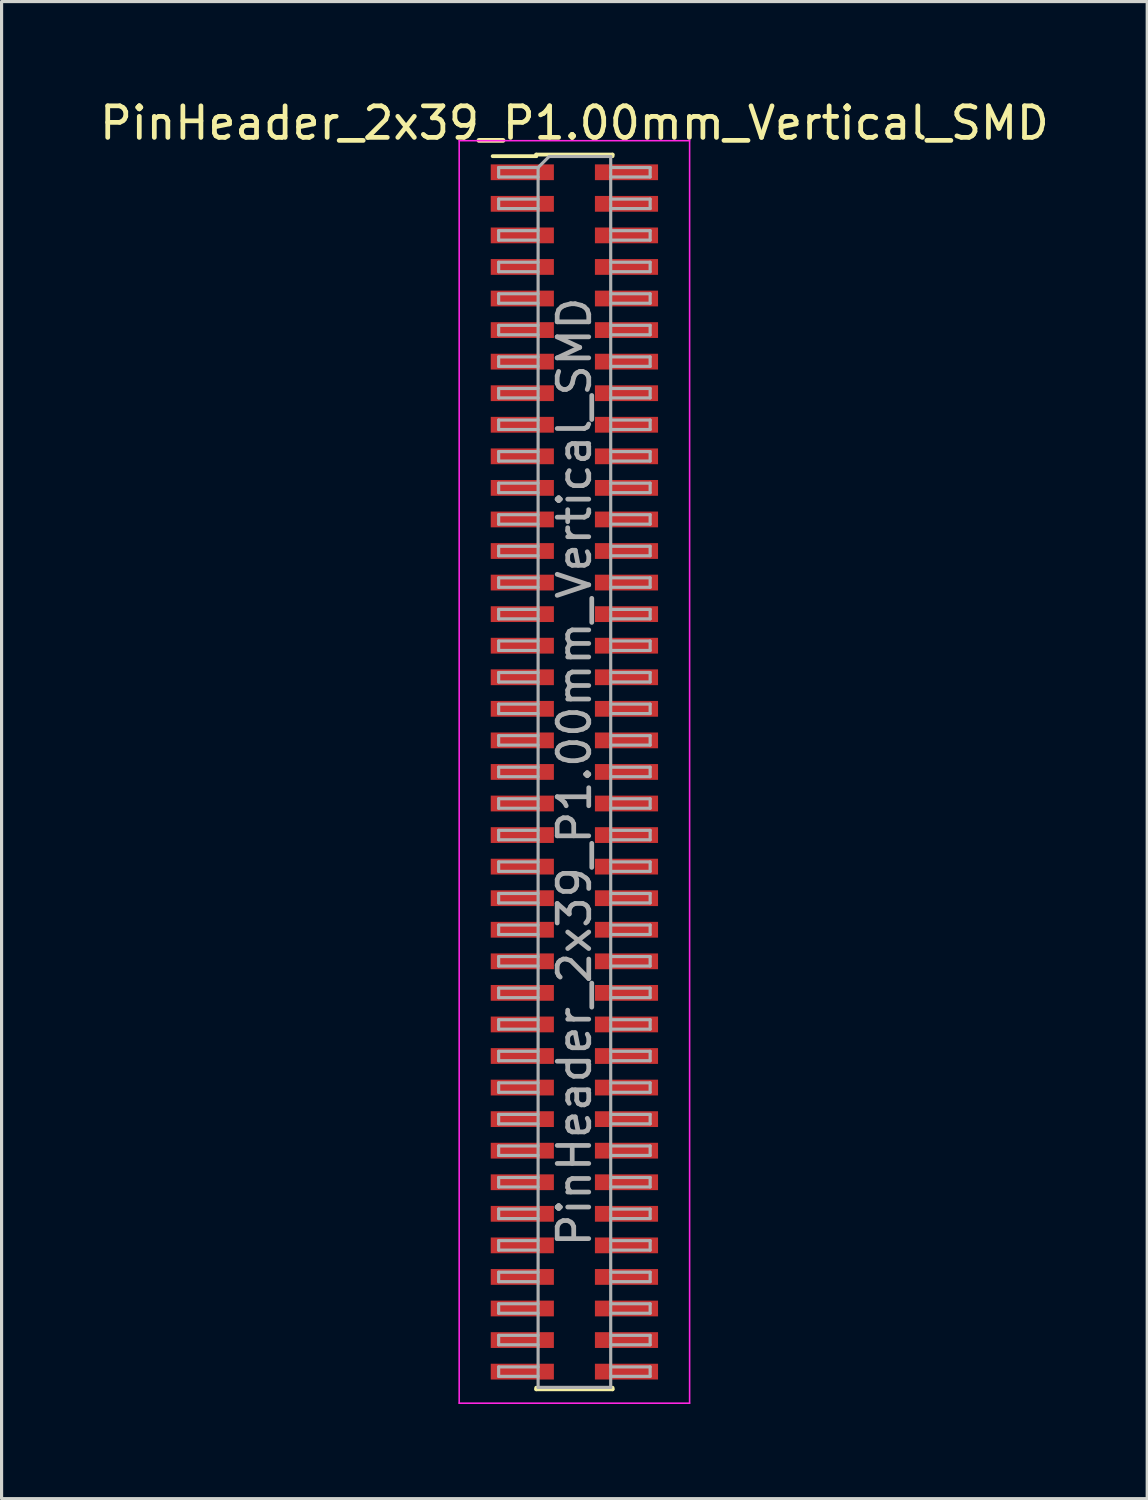
<source format=kicad_pcb>
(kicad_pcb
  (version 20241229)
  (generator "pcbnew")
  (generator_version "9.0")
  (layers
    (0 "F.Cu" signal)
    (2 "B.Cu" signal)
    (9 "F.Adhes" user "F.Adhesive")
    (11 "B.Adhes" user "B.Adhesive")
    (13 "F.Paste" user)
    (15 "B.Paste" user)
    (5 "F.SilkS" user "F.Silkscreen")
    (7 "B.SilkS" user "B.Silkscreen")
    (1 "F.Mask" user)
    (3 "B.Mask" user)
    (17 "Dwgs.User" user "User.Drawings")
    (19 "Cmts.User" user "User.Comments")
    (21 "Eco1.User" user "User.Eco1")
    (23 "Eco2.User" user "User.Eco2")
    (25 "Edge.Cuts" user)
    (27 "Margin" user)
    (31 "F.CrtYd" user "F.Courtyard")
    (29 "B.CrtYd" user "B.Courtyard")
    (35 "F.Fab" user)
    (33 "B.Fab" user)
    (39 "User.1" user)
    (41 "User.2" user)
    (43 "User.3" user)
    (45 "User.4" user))
  (footprint "PinHeader_2x39_P1.00mm_Vertical_SMD"
    (layer "F.Cu")
    (at 15.149 21.408)
    (property "Reference" "PinHeader_2x39_P1.00mm_Vertical_SMD" (at 0 -20.56 0) (layer "F.SilkS") (effects (font (size 1 1) (thickness 0.15))))
    (attr smd)
    (fp_line (start -2.59 -19.51) (end -1.21 -19.51) (stroke (width 0.12) (type solid)) (layer "F.SilkS"))
    (fp_line (start -1.21 -19.56) (end -1.21 -19.51) (stroke (width 0.12) (type solid)) (layer "F.SilkS"))
    (fp_line (start -1.21 -19.56) (end 1.21 -19.56) (stroke (width 0.12) (type solid)) (layer "F.SilkS"))
    (fp_line (start -1.21 19.51) (end -1.21 19.56) (stroke (width 0.12) (type solid)) (layer "F.SilkS"))
    (fp_line (start -1.21 19.56) (end 1.21 19.56) (stroke (width 0.12) (type solid)) (layer "F.SilkS"))
    (fp_line (start 1.21 -19.56) (end 1.21 -19.51) (stroke (width 0.12) (type solid)) (layer "F.SilkS"))
    (fp_line (start 1.21 19.51) (end 1.21 19.56) (stroke (width 0.12) (type solid)) (layer "F.SilkS"))
    (fp_line (start -3.65 -20) (end -3.65 20) (stroke (width 0.05) (type solid)) (layer "F.CrtYd"))
    (fp_line (start -3.65 20) (end 3.65 20) (stroke (width 0.05) (type solid)) (layer "F.CrtYd"))
    (fp_line (start 3.65 -20) (end -3.65 -20) (stroke (width 0.05) (type solid)) (layer "F.CrtYd"))
    (fp_line (start 3.65 20) (end 3.65 -20) (stroke (width 0.05) (type solid)) (layer "F.CrtYd"))
    (fp_line (start -2.4 -19.15) (end -2.4 -18.85) (stroke (width 0.1) (type solid)) (layer "F.Fab"))
    (fp_line (start -2.4 -18.85) (end -1.15 -18.85) (stroke (width 0.1) (type solid)) (layer "F.Fab"))
    (fp_line (start -2.4 -18.15) (end -2.4 -17.85) (stroke (width 0.1) (type solid)) (layer "F.Fab"))
    (fp_line (start -2.4 -17.85) (end -1.15 -17.85) (stroke (width 0.1) (type solid)) (layer "F.Fab"))
    (fp_line (start -2.4 -17.15) (end -2.4 -16.85) (stroke (width 0.1) (type solid)) (layer "F.Fab"))
    (fp_line (start -2.4 -16.85) (end -1.15 -16.85) (stroke (width 0.1) (type solid)) (layer "F.Fab"))
    (fp_line (start -2.4 -16.15) (end -2.4 -15.85) (stroke (width 0.1) (type solid)) (layer "F.Fab"))
    (fp_line (start -2.4 -15.85) (end -1.15 -15.85) (stroke (width 0.1) (type solid)) (layer "F.Fab"))
    (fp_line (start -2.4 -15.15) (end -2.4 -14.85) (stroke (width 0.1) (type solid)) (layer "F.Fab"))
    (fp_line (start -2.4 -14.85) (end -1.15 -14.85) (stroke (width 0.1) (type solid)) (layer "F.Fab"))
    (fp_line (start -2.4 -14.15) (end -2.4 -13.85) (stroke (width 0.1) (type solid)) (layer "F.Fab"))
    (fp_line (start -2.4 -13.85) (end -1.15 -13.85) (stroke (width 0.1) (type solid)) (layer "F.Fab"))
    (fp_line (start -2.4 -13.15) (end -2.4 -12.85) (stroke (width 0.1) (type solid)) (layer "F.Fab"))
    (fp_line (start -2.4 -12.85) (end -1.15 -12.85) (stroke (width 0.1) (type solid)) (layer "F.Fab"))
    (fp_line (start -2.4 -12.15) (end -2.4 -11.85) (stroke (width 0.1) (type solid)) (layer "F.Fab"))
    (fp_line (start -2.4 -11.85) (end -1.15 -11.85) (stroke (width 0.1) (type solid)) (layer "F.Fab"))
    (fp_line (start -2.4 -11.15) (end -2.4 -10.85) (stroke (width 0.1) (type solid)) (layer "F.Fab"))
    (fp_line (start -2.4 -10.85) (end -1.15 -10.85) (stroke (width 0.1) (type solid)) (layer "F.Fab"))
    (fp_line (start -2.4 -10.15) (end -2.4 -9.85) (stroke (width 0.1) (type solid)) (layer "F.Fab"))
    (fp_line (start -2.4 -9.85) (end -1.15 -9.85) (stroke (width 0.1) (type solid)) (layer "F.Fab"))
    (fp_line (start -2.4 -9.15) (end -2.4 -8.85) (stroke (width 0.1) (type solid)) (layer "F.Fab"))
    (fp_line (start -2.4 -8.85) (end -1.15 -8.85) (stroke (width 0.1) (type solid)) (layer "F.Fab"))
    (fp_line (start -2.4 -8.15) (end -2.4 -7.85) (stroke (width 0.1) (type solid)) (layer "F.Fab"))
    (fp_line (start -2.4 -7.85) (end -1.15 -7.85) (stroke (width 0.1) (type solid)) (layer "F.Fab"))
    (fp_line (start -2.4 -7.15) (end -2.4 -6.85) (stroke (width 0.1) (type solid)) (layer "F.Fab"))
    (fp_line (start -2.4 -6.85) (end -1.15 -6.85) (stroke (width 0.1) (type solid)) (layer "F.Fab"))
    (fp_line (start -2.4 -6.15) (end -2.4 -5.85) (stroke (width 0.1) (type solid)) (layer "F.Fab"))
    (fp_line (start -2.4 -5.85) (end -1.15 -5.85) (stroke (width 0.1) (type solid)) (layer "F.Fab"))
    (fp_line (start -2.4 -5.15) (end -2.4 -4.85) (stroke (width 0.1) (type solid)) (layer "F.Fab"))
    (fp_line (start -2.4 -4.85) (end -1.15 -4.85) (stroke (width 0.1) (type solid)) (layer "F.Fab"))
    (fp_line (start -2.4 -4.15) (end -2.4 -3.85) (stroke (width 0.1) (type solid)) (layer "F.Fab"))
    (fp_line (start -2.4 -3.85) (end -1.15 -3.85) (stroke (width 0.1) (type solid)) (layer "F.Fab"))
    (fp_line (start -2.4 -3.15) (end -2.4 -2.85) (stroke (width 0.1) (type solid)) (layer "F.Fab"))
    (fp_line (start -2.4 -2.85) (end -1.15 -2.85) (stroke (width 0.1) (type solid)) (layer "F.Fab"))
    (fp_line (start -2.4 -2.15) (end -2.4 -1.85) (stroke (width 0.1) (type solid)) (layer "F.Fab"))
    (fp_line (start -2.4 -1.85) (end -1.15 -1.85) (stroke (width 0.1) (type solid)) (layer "F.Fab"))
    (fp_line (start -2.4 -1.15) (end -2.4 -0.85) (stroke (width 0.1) (type solid)) (layer "F.Fab"))
    (fp_line (start -2.4 -0.85) (end -1.15 -0.85) (stroke (width 0.1) (type solid)) (layer "F.Fab"))
    (fp_line (start -2.4 -0.15) (end -2.4 0.15) (stroke (width 0.1) (type solid)) (layer "F.Fab"))
    (fp_line (start -2.4 0.15) (end -1.15 0.15) (stroke (width 0.1) (type solid)) (layer "F.Fab"))
    (fp_line (start -2.4 0.85) (end -2.4 1.15) (stroke (width 0.1) (type solid)) (layer "F.Fab"))
    (fp_line (start -2.4 1.15) (end -1.15 1.15) (stroke (width 0.1) (type solid)) (layer "F.Fab"))
    (fp_line (start -2.4 1.85) (end -2.4 2.15) (stroke (width 0.1) (type solid)) (layer "F.Fab"))
    (fp_line (start -2.4 2.15) (end -1.15 2.15) (stroke (width 0.1) (type solid)) (layer "F.Fab"))
    (fp_line (start -2.4 2.85) (end -2.4 3.15) (stroke (width 0.1) (type solid)) (layer "F.Fab"))
    (fp_line (start -2.4 3.15) (end -1.15 3.15) (stroke (width 0.1) (type solid)) (layer "F.Fab"))
    (fp_line (start -2.4 3.85) (end -2.4 4.15) (stroke (width 0.1) (type solid)) (layer "F.Fab"))
    (fp_line (start -2.4 4.15) (end -1.15 4.15) (stroke (width 0.1) (type solid)) (layer "F.Fab"))
    (fp_line (start -2.4 4.85) (end -2.4 5.15) (stroke (width 0.1) (type solid)) (layer "F.Fab"))
    (fp_line (start -2.4 5.15) (end -1.15 5.15) (stroke (width 0.1) (type solid)) (layer "F.Fab"))
    (fp_line (start -2.4 5.85) (end -2.4 6.15) (stroke (width 0.1) (type solid)) (layer "F.Fab"))
    (fp_line (start -2.4 6.15) (end -1.15 6.15) (stroke (width 0.1) (type solid)) (layer "F.Fab"))
    (fp_line (start -2.4 6.85) (end -2.4 7.15) (stroke (width 0.1) (type solid)) (layer "F.Fab"))
    (fp_line (start -2.4 7.15) (end -1.15 7.15) (stroke (width 0.1) (type solid)) (layer "F.Fab"))
    (fp_line (start -2.4 7.85) (end -2.4 8.15) (stroke (width 0.1) (type solid)) (layer "F.Fab"))
    (fp_line (start -2.4 8.15) (end -1.15 8.15) (stroke (width 0.1) (type solid)) (layer "F.Fab"))
    (fp_line (start -2.4 8.85) (end -2.4 9.15) (stroke (width 0.1) (type solid)) (layer "F.Fab"))
    (fp_line (start -2.4 9.15) (end -1.15 9.15) (stroke (width 0.1) (type solid)) (layer "F.Fab"))
    (fp_line (start -2.4 9.85) (end -2.4 10.15) (stroke (width 0.1) (type solid)) (layer "F.Fab"))
    (fp_line (start -2.4 10.15) (end -1.15 10.15) (stroke (width 0.1) (type solid)) (layer "F.Fab"))
    (fp_line (start -2.4 10.85) (end -2.4 11.15) (stroke (width 0.1) (type solid)) (layer "F.Fab"))
    (fp_line (start -2.4 11.15) (end -1.15 11.15) (stroke (width 0.1) (type solid)) (layer "F.Fab"))
    (fp_line (start -2.4 11.85) (end -2.4 12.15) (stroke (width 0.1) (type solid)) (layer "F.Fab"))
    (fp_line (start -2.4 12.15) (end -1.15 12.15) (stroke (width 0.1) (type solid)) (layer "F.Fab"))
    (fp_line (start -2.4 12.85) (end -2.4 13.15) (stroke (width 0.1) (type solid)) (layer "F.Fab"))
    (fp_line (start -2.4 13.15) (end -1.15 13.15) (stroke (width 0.1) (type solid)) (layer "F.Fab"))
    (fp_line (start -2.4 13.85) (end -2.4 14.15) (stroke (width 0.1) (type solid)) (layer "F.Fab"))
    (fp_line (start -2.4 14.15) (end -1.15 14.15) (stroke (width 0.1) (type solid)) (layer "F.Fab"))
    (fp_line (start -2.4 14.85) (end -2.4 15.15) (stroke (width 0.1) (type solid)) (layer "F.Fab"))
    (fp_line (start -2.4 15.15) (end -1.15 15.15) (stroke (width 0.1) (type solid)) (layer "F.Fab"))
    (fp_line (start -2.4 15.85) (end -2.4 16.15) (stroke (width 0.1) (type solid)) (layer "F.Fab"))
    (fp_line (start -2.4 16.15) (end -1.15 16.15) (stroke (width 0.1) (type solid)) (layer "F.Fab"))
    (fp_line (start -2.4 16.85) (end -2.4 17.15) (stroke (width 0.1) (type solid)) (layer "F.Fab"))
    (fp_line (start -2.4 17.15) (end -1.15 17.15) (stroke (width 0.1) (type solid)) (layer "F.Fab"))
    (fp_line (start -2.4 17.85) (end -2.4 18.15) (stroke (width 0.1) (type solid)) (layer "F.Fab"))
    (fp_line (start -2.4 18.15) (end -1.15 18.15) (stroke (width 0.1) (type solid)) (layer "F.Fab"))
    (fp_line (start -2.4 18.85) (end -2.4 19.15) (stroke (width 0.1) (type solid)) (layer "F.Fab"))
    (fp_line (start -2.4 19.15) (end -1.15 19.15) (stroke (width 0.1) (type solid)) (layer "F.Fab"))
    (fp_line (start -1.15 -19.15) (end -2.4 -19.15) (stroke (width 0.1) (type solid)) (layer "F.Fab"))
    (fp_line (start -1.15 -19.15) (end -0.8 -19.5) (stroke (width 0.1) (type solid)) (layer "F.Fab"))
    (fp_line (start -1.15 -18.15) (end -2.4 -18.15) (stroke (width 0.1) (type solid)) (layer "F.Fab"))
    (fp_line (start -1.15 -17.15) (end -2.4 -17.15) (stroke (width 0.1) (type solid)) (layer "F.Fab"))
    (fp_line (start -1.15 -16.15) (end -2.4 -16.15) (stroke (width 0.1) (type solid)) (layer "F.Fab"))
    (fp_line (start -1.15 -15.15) (end -2.4 -15.15) (stroke (width 0.1) (type solid)) (layer "F.Fab"))
    (fp_line (start -1.15 -14.15) (end -2.4 -14.15) (stroke (width 0.1) (type solid)) (layer "F.Fab"))
    (fp_line (start -1.15 -13.15) (end -2.4 -13.15) (stroke (width 0.1) (type solid)) (layer "F.Fab"))
    (fp_line (start -1.15 -12.15) (end -2.4 -12.15) (stroke (width 0.1) (type solid)) (layer "F.Fab"))
    (fp_line (start -1.15 -11.15) (end -2.4 -11.15) (stroke (width 0.1) (type solid)) (layer "F.Fab"))
    (fp_line (start -1.15 -10.15) (end -2.4 -10.15) (stroke (width 0.1) (type solid)) (layer "F.Fab"))
    (fp_line (start -1.15 -9.15) (end -2.4 -9.15) (stroke (width 0.1) (type solid)) (layer "F.Fab"))
    (fp_line (start -1.15 -8.15) (end -2.4 -8.15) (stroke (width 0.1) (type solid)) (layer "F.Fab"))
    (fp_line (start -1.15 -7.15) (end -2.4 -7.15) (stroke (width 0.1) (type solid)) (layer "F.Fab"))
    (fp_line (start -1.15 -6.15) (end -2.4 -6.15) (stroke (width 0.1) (type solid)) (layer "F.Fab"))
    (fp_line (start -1.15 -5.15) (end -2.4 -5.15) (stroke (width 0.1) (type solid)) (layer "F.Fab"))
    (fp_line (start -1.15 -4.15) (end -2.4 -4.15) (stroke (width 0.1) (type solid)) (layer "F.Fab"))
    (fp_line (start -1.15 -3.15) (end -2.4 -3.15) (stroke (width 0.1) (type solid)) (layer "F.Fab"))
    (fp_line (start -1.15 -2.15) (end -2.4 -2.15) (stroke (width 0.1) (type solid)) (layer "F.Fab"))
    (fp_line (start -1.15 -1.15) (end -2.4 -1.15) (stroke (width 0.1) (type solid)) (layer "F.Fab"))
    (fp_line (start -1.15 -0.15) (end -2.4 -0.15) (stroke (width 0.1) (type solid)) (layer "F.Fab"))
    (fp_line (start -1.15 0.85) (end -2.4 0.85) (stroke (width 0.1) (type solid)) (layer "F.Fab"))
    (fp_line (start -1.15 1.85) (end -2.4 1.85) (stroke (width 0.1) (type solid)) (layer "F.Fab"))
    (fp_line (start -1.15 2.85) (end -2.4 2.85) (stroke (width 0.1) (type solid)) (layer "F.Fab"))
    (fp_line (start -1.15 3.85) (end -2.4 3.85) (stroke (width 0.1) (type solid)) (layer "F.Fab"))
    (fp_line (start -1.15 4.85) (end -2.4 4.85) (stroke (width 0.1) (type solid)) (layer "F.Fab"))
    (fp_line (start -1.15 5.85) (end -2.4 5.85) (stroke (width 0.1) (type solid)) (layer "F.Fab"))
    (fp_line (start -1.15 6.85) (end -2.4 6.85) (stroke (width 0.1) (type solid)) (layer "F.Fab"))
    (fp_line (start -1.15 7.85) (end -2.4 7.85) (stroke (width 0.1) (type solid)) (layer "F.Fab"))
    (fp_line (start -1.15 8.85) (end -2.4 8.85) (stroke (width 0.1) (type solid)) (layer "F.Fab"))
    (fp_line (start -1.15 9.85) (end -2.4 9.85) (stroke (width 0.1) (type solid)) (layer "F.Fab"))
    (fp_line (start -1.15 10.85) (end -2.4 10.85) (stroke (width 0.1) (type solid)) (layer "F.Fab"))
    (fp_line (start -1.15 11.85) (end -2.4 11.85) (stroke (width 0.1) (type solid)) (layer "F.Fab"))
    (fp_line (start -1.15 12.85) (end -2.4 12.85) (stroke (width 0.1) (type solid)) (layer "F.Fab"))
    (fp_line (start -1.15 13.85) (end -2.4 13.85) (stroke (width 0.1) (type solid)) (layer "F.Fab"))
    (fp_line (start -1.15 14.85) (end -2.4 14.85) (stroke (width 0.1) (type solid)) (layer "F.Fab"))
    (fp_line (start -1.15 15.85) (end -2.4 15.85) (stroke (width 0.1) (type solid)) (layer "F.Fab"))
    (fp_line (start -1.15 16.85) (end -2.4 16.85) (stroke (width 0.1) (type solid)) (layer "F.Fab"))
    (fp_line (start -1.15 17.85) (end -2.4 17.85) (stroke (width 0.1) (type solid)) (layer "F.Fab"))
    (fp_line (start -1.15 18.85) (end -2.4 18.85) (stroke (width 0.1) (type solid)) (layer "F.Fab"))
    (fp_line (start -1.15 19.5) (end -1.15 -19.15) (stroke (width 0.1) (type solid)) (layer "F.Fab"))
    (fp_line (start -0.8 -19.5) (end 1.15 -19.5) (stroke (width 0.1) (type solid)) (layer "F.Fab"))
    (fp_line (start 1.15 -19.5) (end 1.15 19.5) (stroke (width 0.1) (type solid)) (layer "F.Fab"))
    (fp_line (start 1.15 -19.15) (end 2.4 -19.15) (stroke (width 0.1) (type solid)) (layer "F.Fab"))
    (fp_line (start 1.15 -18.15) (end 2.4 -18.15) (stroke (width 0.1) (type solid)) (layer "F.Fab"))
    (fp_line (start 1.15 -17.15) (end 2.4 -17.15) (stroke (width 0.1) (type solid)) (layer "F.Fab"))
    (fp_line (start 1.15 -16.15) (end 2.4 -16.15) (stroke (width 0.1) (type solid)) (layer "F.Fab"))
    (fp_line (start 1.15 -15.15) (end 2.4 -15.15) (stroke (width 0.1) (type solid)) (layer "F.Fab"))
    (fp_line (start 1.15 -14.15) (end 2.4 -14.15) (stroke (width 0.1) (type solid)) (layer "F.Fab"))
    (fp_line (start 1.15 -13.15) (end 2.4 -13.15) (stroke (width 0.1) (type solid)) (layer "F.Fab"))
    (fp_line (start 1.15 -12.15) (end 2.4 -12.15) (stroke (width 0.1) (type solid)) (layer "F.Fab"))
    (fp_line (start 1.15 -11.15) (end 2.4 -11.15) (stroke (width 0.1) (type solid)) (layer "F.Fab"))
    (fp_line (start 1.15 -10.15) (end 2.4 -10.15) (stroke (width 0.1) (type solid)) (layer "F.Fab"))
    (fp_line (start 1.15 -9.15) (end 2.4 -9.15) (stroke (width 0.1) (type solid)) (layer "F.Fab"))
    (fp_line (start 1.15 -8.15) (end 2.4 -8.15) (stroke (width 0.1) (type solid)) (layer "F.Fab"))
    (fp_line (start 1.15 -7.15) (end 2.4 -7.15) (stroke (width 0.1) (type solid)) (layer "F.Fab"))
    (fp_line (start 1.15 -6.15) (end 2.4 -6.15) (stroke (width 0.1) (type solid)) (layer "F.Fab"))
    (fp_line (start 1.15 -5.15) (end 2.4 -5.15) (stroke (width 0.1) (type solid)) (layer "F.Fab"))
    (fp_line (start 1.15 -4.15) (end 2.4 -4.15) (stroke (width 0.1) (type solid)) (layer "F.Fab"))
    (fp_line (start 1.15 -3.15) (end 2.4 -3.15) (stroke (width 0.1) (type solid)) (layer "F.Fab"))
    (fp_line (start 1.15 -2.15) (end 2.4 -2.15) (stroke (width 0.1) (type solid)) (layer "F.Fab"))
    (fp_line (start 1.15 -1.15) (end 2.4 -1.15) (stroke (width 0.1) (type solid)) (layer "F.Fab"))
    (fp_line (start 1.15 -0.15) (end 2.4 -0.15) (stroke (width 0.1) (type solid)) (layer "F.Fab"))
    (fp_line (start 1.15 0.85) (end 2.4 0.85) (stroke (width 0.1) (type solid)) (layer "F.Fab"))
    (fp_line (start 1.15 1.85) (end 2.4 1.85) (stroke (width 0.1) (type solid)) (layer "F.Fab"))
    (fp_line (start 1.15 2.85) (end 2.4 2.85) (stroke (width 0.1) (type solid)) (layer "F.Fab"))
    (fp_line (start 1.15 3.85) (end 2.4 3.85) (stroke (width 0.1) (type solid)) (layer "F.Fab"))
    (fp_line (start 1.15 4.85) (end 2.4 4.85) (stroke (width 0.1) (type solid)) (layer "F.Fab"))
    (fp_line (start 1.15 5.85) (end 2.4 5.85) (stroke (width 0.1) (type solid)) (layer "F.Fab"))
    (fp_line (start 1.15 6.85) (end 2.4 6.85) (stroke (width 0.1) (type solid)) (layer "F.Fab"))
    (fp_line (start 1.15 7.85) (end 2.4 7.85) (stroke (width 0.1) (type solid)) (layer "F.Fab"))
    (fp_line (start 1.15 8.85) (end 2.4 8.85) (stroke (width 0.1) (type solid)) (layer "F.Fab"))
    (fp_line (start 1.15 9.85) (end 2.4 9.85) (stroke (width 0.1) (type solid)) (layer "F.Fab"))
    (fp_line (start 1.15 10.85) (end 2.4 10.85) (stroke (width 0.1) (type solid)) (layer "F.Fab"))
    (fp_line (start 1.15 11.85) (end 2.4 11.85) (stroke (width 0.1) (type solid)) (layer "F.Fab"))
    (fp_line (start 1.15 12.85) (end 2.4 12.85) (stroke (width 0.1) (type solid)) (layer "F.Fab"))
    (fp_line (start 1.15 13.85) (end 2.4 13.85) (stroke (width 0.1) (type solid)) (layer "F.Fab"))
    (fp_line (start 1.15 14.85) (end 2.4 14.85) (stroke (width 0.1) (type solid)) (layer "F.Fab"))
    (fp_line (start 1.15 15.85) (end 2.4 15.85) (stroke (width 0.1) (type solid)) (layer "F.Fab"))
    (fp_line (start 1.15 16.85) (end 2.4 16.85) (stroke (width 0.1) (type solid)) (layer "F.Fab"))
    (fp_line (start 1.15 17.85) (end 2.4 17.85) (stroke (width 0.1) (type solid)) (layer "F.Fab"))
    (fp_line (start 1.15 18.85) (end 2.4 18.85) (stroke (width 0.1) (type solid)) (layer "F.Fab"))
    (fp_line (start 1.15 19.5) (end -1.15 19.5) (stroke (width 0.1) (type solid)) (layer "F.Fab"))
    (fp_line (start 2.4 -19.15) (end 2.4 -18.85) (stroke (width 0.1) (type solid)) (layer "F.Fab"))
    (fp_line (start 2.4 -18.85) (end 1.15 -18.85) (stroke (width 0.1) (type solid)) (layer "F.Fab"))
    (fp_line (start 2.4 -18.15) (end 2.4 -17.85) (stroke (width 0.1) (type solid)) (layer "F.Fab"))
    (fp_line (start 2.4 -17.85) (end 1.15 -17.85) (stroke (width 0.1) (type solid)) (layer "F.Fab"))
    (fp_line (start 2.4 -17.15) (end 2.4 -16.85) (stroke (width 0.1) (type solid)) (layer "F.Fab"))
    (fp_line (start 2.4 -16.85) (end 1.15 -16.85) (stroke (width 0.1) (type solid)) (layer "F.Fab"))
    (fp_line (start 2.4 -16.15) (end 2.4 -15.85) (stroke (width 0.1) (type solid)) (layer "F.Fab"))
    (fp_line (start 2.4 -15.85) (end 1.15 -15.85) (stroke (width 0.1) (type solid)) (layer "F.Fab"))
    (fp_line (start 2.4 -15.15) (end 2.4 -14.85) (stroke (width 0.1) (type solid)) (layer "F.Fab"))
    (fp_line (start 2.4 -14.85) (end 1.15 -14.85) (stroke (width 0.1) (type solid)) (layer "F.Fab"))
    (fp_line (start 2.4 -14.15) (end 2.4 -13.85) (stroke (width 0.1) (type solid)) (layer "F.Fab"))
    (fp_line (start 2.4 -13.85) (end 1.15 -13.85) (stroke (width 0.1) (type solid)) (layer "F.Fab"))
    (fp_line (start 2.4 -13.15) (end 2.4 -12.85) (stroke (width 0.1) (type solid)) (layer "F.Fab"))
    (fp_line (start 2.4 -12.85) (end 1.15 -12.85) (stroke (width 0.1) (type solid)) (layer "F.Fab"))
    (fp_line (start 2.4 -12.15) (end 2.4 -11.85) (stroke (width 0.1) (type solid)) (layer "F.Fab"))
    (fp_line (start 2.4 -11.85) (end 1.15 -11.85) (stroke (width 0.1) (type solid)) (layer "F.Fab"))
    (fp_line (start 2.4 -11.15) (end 2.4 -10.85) (stroke (width 0.1) (type solid)) (layer "F.Fab"))
    (fp_line (start 2.4 -10.85) (end 1.15 -10.85) (stroke (width 0.1) (type solid)) (layer "F.Fab"))
    (fp_line (start 2.4 -10.15) (end 2.4 -9.85) (stroke (width 0.1) (type solid)) (layer "F.Fab"))
    (fp_line (start 2.4 -9.85) (end 1.15 -9.85) (stroke (width 0.1) (type solid)) (layer "F.Fab"))
    (fp_line (start 2.4 -9.15) (end 2.4 -8.85) (stroke (width 0.1) (type solid)) (layer "F.Fab"))
    (fp_line (start 2.4 -8.85) (end 1.15 -8.85) (stroke (width 0.1) (type solid)) (layer "F.Fab"))
    (fp_line (start 2.4 -8.15) (end 2.4 -7.85) (stroke (width 0.1) (type solid)) (layer "F.Fab"))
    (fp_line (start 2.4 -7.85) (end 1.15 -7.85) (stroke (width 0.1) (type solid)) (layer "F.Fab"))
    (fp_line (start 2.4 -7.15) (end 2.4 -6.85) (stroke (width 0.1) (type solid)) (layer "F.Fab"))
    (fp_line (start 2.4 -6.85) (end 1.15 -6.85) (stroke (width 0.1) (type solid)) (layer "F.Fab"))
    (fp_line (start 2.4 -6.15) (end 2.4 -5.85) (stroke (width 0.1) (type solid)) (layer "F.Fab"))
    (fp_line (start 2.4 -5.85) (end 1.15 -5.85) (stroke (width 0.1) (type solid)) (layer "F.Fab"))
    (fp_line (start 2.4 -5.15) (end 2.4 -4.85) (stroke (width 0.1) (type solid)) (layer "F.Fab"))
    (fp_line (start 2.4 -4.85) (end 1.15 -4.85) (stroke (width 0.1) (type solid)) (layer "F.Fab"))
    (fp_line (start 2.4 -4.15) (end 2.4 -3.85) (stroke (width 0.1) (type solid)) (layer "F.Fab"))
    (fp_line (start 2.4 -3.85) (end 1.15 -3.85) (stroke (width 0.1) (type solid)) (layer "F.Fab"))
    (fp_line (start 2.4 -3.15) (end 2.4 -2.85) (stroke (width 0.1) (type solid)) (layer "F.Fab"))
    (fp_line (start 2.4 -2.85) (end 1.15 -2.85) (stroke (width 0.1) (type solid)) (layer "F.Fab"))
    (fp_line (start 2.4 -2.15) (end 2.4 -1.85) (stroke (width 0.1) (type solid)) (layer "F.Fab"))
    (fp_line (start 2.4 -1.85) (end 1.15 -1.85) (stroke (width 0.1) (type solid)) (layer "F.Fab"))
    (fp_line (start 2.4 -1.15) (end 2.4 -0.85) (stroke (width 0.1) (type solid)) (layer "F.Fab"))
    (fp_line (start 2.4 -0.85) (end 1.15 -0.85) (stroke (width 0.1) (type solid)) (layer "F.Fab"))
    (fp_line (start 2.4 -0.15) (end 2.4 0.15) (stroke (width 0.1) (type solid)) (layer "F.Fab"))
    (fp_line (start 2.4 0.15) (end 1.15 0.15) (stroke (width 0.1) (type solid)) (layer "F.Fab"))
    (fp_line (start 2.4 0.85) (end 2.4 1.15) (stroke (width 0.1) (type solid)) (layer "F.Fab"))
    (fp_line (start 2.4 1.15) (end 1.15 1.15) (stroke (width 0.1) (type solid)) (layer "F.Fab"))
    (fp_line (start 2.4 1.85) (end 2.4 2.15) (stroke (width 0.1) (type solid)) (layer "F.Fab"))
    (fp_line (start 2.4 2.15) (end 1.15 2.15) (stroke (width 0.1) (type solid)) (layer "F.Fab"))
    (fp_line (start 2.4 2.85) (end 2.4 3.15) (stroke (width 0.1) (type solid)) (layer "F.Fab"))
    (fp_line (start 2.4 3.15) (end 1.15 3.15) (stroke (width 0.1) (type solid)) (layer "F.Fab"))
    (fp_line (start 2.4 3.85) (end 2.4 4.15) (stroke (width 0.1) (type solid)) (layer "F.Fab"))
    (fp_line (start 2.4 4.15) (end 1.15 4.15) (stroke (width 0.1) (type solid)) (layer "F.Fab"))
    (fp_line (start 2.4 4.85) (end 2.4 5.15) (stroke (width 0.1) (type solid)) (layer "F.Fab"))
    (fp_line (start 2.4 5.15) (end 1.15 5.15) (stroke (width 0.1) (type solid)) (layer "F.Fab"))
    (fp_line (start 2.4 5.85) (end 2.4 6.15) (stroke (width 0.1) (type solid)) (layer "F.Fab"))
    (fp_line (start 2.4 6.15) (end 1.15 6.15) (stroke (width 0.1) (type solid)) (layer "F.Fab"))
    (fp_line (start 2.4 6.85) (end 2.4 7.15) (stroke (width 0.1) (type solid)) (layer "F.Fab"))
    (fp_line (start 2.4 7.15) (end 1.15 7.15) (stroke (width 0.1) (type solid)) (layer "F.Fab"))
    (fp_line (start 2.4 7.85) (end 2.4 8.15) (stroke (width 0.1) (type solid)) (layer "F.Fab"))
    (fp_line (start 2.4 8.15) (end 1.15 8.15) (stroke (width 0.1) (type solid)) (layer "F.Fab"))
    (fp_line (start 2.4 8.85) (end 2.4 9.15) (stroke (width 0.1) (type solid)) (layer "F.Fab"))
    (fp_line (start 2.4 9.15) (end 1.15 9.15) (stroke (width 0.1) (type solid)) (layer "F.Fab"))
    (fp_line (start 2.4 9.85) (end 2.4 10.15) (stroke (width 0.1) (type solid)) (layer "F.Fab"))
    (fp_line (start 2.4 10.15) (end 1.15 10.15) (stroke (width 0.1) (type solid)) (layer "F.Fab"))
    (fp_line (start 2.4 10.85) (end 2.4 11.15) (stroke (width 0.1) (type solid)) (layer "F.Fab"))
    (fp_line (start 2.4 11.15) (end 1.15 11.15) (stroke (width 0.1) (type solid)) (layer "F.Fab"))
    (fp_line (start 2.4 11.85) (end 2.4 12.15) (stroke (width 0.1) (type solid)) (layer "F.Fab"))
    (fp_line (start 2.4 12.15) (end 1.15 12.15) (stroke (width 0.1) (type solid)) (layer "F.Fab"))
    (fp_line (start 2.4 12.85) (end 2.4 13.15) (stroke (width 0.1) (type solid)) (layer "F.Fab"))
    (fp_line (start 2.4 13.15) (end 1.15 13.15) (stroke (width 0.1) (type solid)) (layer "F.Fab"))
    (fp_line (start 2.4 13.85) (end 2.4 14.15) (stroke (width 0.1) (type solid)) (layer "F.Fab"))
    (fp_line (start 2.4 14.15) (end 1.15 14.15) (stroke (width 0.1) (type solid)) (layer "F.Fab"))
    (fp_line (start 2.4 14.85) (end 2.4 15.15) (stroke (width 0.1) (type solid)) (layer "F.Fab"))
    (fp_line (start 2.4 15.15) (end 1.15 15.15) (stroke (width 0.1) (type solid)) (layer "F.Fab"))
    (fp_line (start 2.4 15.85) (end 2.4 16.15) (stroke (width 0.1) (type solid)) (layer "F.Fab"))
    (fp_line (start 2.4 16.15) (end 1.15 16.15) (stroke (width 0.1) (type solid)) (layer "F.Fab"))
    (fp_line (start 2.4 16.85) (end 2.4 17.15) (stroke (width 0.1) (type solid)) (layer "F.Fab"))
    (fp_line (start 2.4 17.15) (end 1.15 17.15) (stroke (width 0.1) (type solid)) (layer "F.Fab"))
    (fp_line (start 2.4 17.85) (end 2.4 18.15) (stroke (width 0.1) (type solid)) (layer "F.Fab"))
    (fp_line (start 2.4 18.15) (end 1.15 18.15) (stroke (width 0.1) (type solid)) (layer "F.Fab"))
    (fp_line (start 2.4 18.85) (end 2.4 19.15) (stroke (width 0.1) (type solid)) (layer "F.Fab"))
    (fp_line (start 2.4 19.15) (end 1.15 19.15) (stroke (width 0.1) (type solid)) (layer "F.Fab"))
    (fp_text user "${REFERENCE}" (at 0 0 90) (layer "F.Fab") (effects (font (size 1 1) (thickness 0.15))))
    (pad "1" smd rect (at -1.65 -19) (size 2 0.5) (layers "F.Cu" "F.Mask" "F.Paste"))
    (pad "2" smd rect (at 1.65 -19) (size 2 0.5) (layers "F.Cu" "F.Mask" "F.Paste"))
    (pad "3" smd rect (at -1.65 -18) (size 2 0.5) (layers "F.Cu" "F.Mask" "F.Paste"))
    (pad "4" smd rect (at 1.65 -18) (size 2 0.5) (layers "F.Cu" "F.Mask" "F.Paste"))
    (pad "5" smd rect (at -1.65 -17) (size 2 0.5) (layers "F.Cu" "F.Mask" "F.Paste"))
    (pad "6" smd rect (at 1.65 -17) (size 2 0.5) (layers "F.Cu" "F.Mask" "F.Paste"))
    (pad "7" smd rect (at -1.65 -16) (size 2 0.5) (layers "F.Cu" "F.Mask" "F.Paste"))
    (pad "8" smd rect (at 1.65 -16) (size 2 0.5) (layers "F.Cu" "F.Mask" "F.Paste"))
    (pad "9" smd rect (at -1.65 -15) (size 2 0.5) (layers "F.Cu" "F.Mask" "F.Paste"))
    (pad "10" smd rect (at 1.65 -15) (size 2 0.5) (layers "F.Cu" "F.Mask" "F.Paste"))
    (pad "11" smd rect (at -1.65 -14) (size 2 0.5) (layers "F.Cu" "F.Mask" "F.Paste"))
    (pad "12" smd rect (at 1.65 -14) (size 2 0.5) (layers "F.Cu" "F.Mask" "F.Paste"))
    (pad "13" smd rect (at -1.65 -13) (size 2 0.5) (layers "F.Cu" "F.Mask" "F.Paste"))
    (pad "14" smd rect (at 1.65 -13) (size 2 0.5) (layers "F.Cu" "F.Mask" "F.Paste"))
    (pad "15" smd rect (at -1.65 -12) (size 2 0.5) (layers "F.Cu" "F.Mask" "F.Paste"))
    (pad "16" smd rect (at 1.65 -12) (size 2 0.5) (layers "F.Cu" "F.Mask" "F.Paste"))
    (pad "17" smd rect (at -1.65 -11) (size 2 0.5) (layers "F.Cu" "F.Mask" "F.Paste"))
    (pad "18" smd rect (at 1.65 -11) (size 2 0.5) (layers "F.Cu" "F.Mask" "F.Paste"))
    (pad "19" smd rect (at -1.65 -10) (size 2 0.5) (layers "F.Cu" "F.Mask" "F.Paste"))
    (pad "20" smd rect (at 1.65 -10) (size 2 0.5) (layers "F.Cu" "F.Mask" "F.Paste"))
    (pad "21" smd rect (at -1.65 -9) (size 2 0.5) (layers "F.Cu" "F.Mask" "F.Paste"))
    (pad "22" smd rect (at 1.65 -9) (size 2 0.5) (layers "F.Cu" "F.Mask" "F.Paste"))
    (pad "23" smd rect (at -1.65 -8) (size 2 0.5) (layers "F.Cu" "F.Mask" "F.Paste"))
    (pad "24" smd rect (at 1.65 -8) (size 2 0.5) (layers "F.Cu" "F.Mask" "F.Paste"))
    (pad "25" smd rect (at -1.65 -7) (size 2 0.5) (layers "F.Cu" "F.Mask" "F.Paste"))
    (pad "26" smd rect (at 1.65 -7) (size 2 0.5) (layers "F.Cu" "F.Mask" "F.Paste"))
    (pad "27" smd rect (at -1.65 -6) (size 2 0.5) (layers "F.Cu" "F.Mask" "F.Paste"))
    (pad "28" smd rect (at 1.65 -6) (size 2 0.5) (layers "F.Cu" "F.Mask" "F.Paste"))
    (pad "29" smd rect (at -1.65 -5) (size 2 0.5) (layers "F.Cu" "F.Mask" "F.Paste"))
    (pad "30" smd rect (at 1.65 -5) (size 2 0.5) (layers "F.Cu" "F.Mask" "F.Paste"))
    (pad "31" smd rect (at -1.65 -4) (size 2 0.5) (layers "F.Cu" "F.Mask" "F.Paste"))
    (pad "32" smd rect (at 1.65 -4) (size 2 0.5) (layers "F.Cu" "F.Mask" "F.Paste"))
    (pad "33" smd rect (at -1.65 -3) (size 2 0.5) (layers "F.Cu" "F.Mask" "F.Paste"))
    (pad "34" smd rect (at 1.65 -3) (size 2 0.5) (layers "F.Cu" "F.Mask" "F.Paste"))
    (pad "35" smd rect (at -1.65 -2) (size 2 0.5) (layers "F.Cu" "F.Mask" "F.Paste"))
    (pad "36" smd rect (at 1.65 -2) (size 2 0.5) (layers "F.Cu" "F.Mask" "F.Paste"))
    (pad "37" smd rect (at -1.65 -1) (size 2 0.5) (layers "F.Cu" "F.Mask" "F.Paste"))
    (pad "38" smd rect (at 1.65 -1) (size 2 0.5) (layers "F.Cu" "F.Mask" "F.Paste"))
    (pad "39" smd rect (at -1.65 0) (size 2 0.5) (layers "F.Cu" "F.Mask" "F.Paste"))
    (pad "40" smd rect (at 1.65 0) (size 2 0.5) (layers "F.Cu" "F.Mask" "F.Paste"))
    (pad "41" smd rect (at -1.65 1) (size 2 0.5) (layers "F.Cu" "F.Mask" "F.Paste"))
    (pad "42" smd rect (at 1.65 1) (size 2 0.5) (layers "F.Cu" "F.Mask" "F.Paste"))
    (pad "43" smd rect (at -1.65 2) (size 2 0.5) (layers "F.Cu" "F.Mask" "F.Paste"))
    (pad "44" smd rect (at 1.65 2) (size 2 0.5) (layers "F.Cu" "F.Mask" "F.Paste"))
    (pad "45" smd rect (at -1.65 3) (size 2 0.5) (layers "F.Cu" "F.Mask" "F.Paste"))
    (pad "46" smd rect (at 1.65 3) (size 2 0.5) (layers "F.Cu" "F.Mask" "F.Paste"))
    (pad "47" smd rect (at -1.65 4) (size 2 0.5) (layers "F.Cu" "F.Mask" "F.Paste"))
    (pad "48" smd rect (at 1.65 4) (size 2 0.5) (layers "F.Cu" "F.Mask" "F.Paste"))
    (pad "49" smd rect (at -1.65 5) (size 2 0.5) (layers "F.Cu" "F.Mask" "F.Paste"))
    (pad "50" smd rect (at 1.65 5) (size 2 0.5) (layers "F.Cu" "F.Mask" "F.Paste"))
    (pad "51" smd rect (at -1.65 6) (size 2 0.5) (layers "F.Cu" "F.Mask" "F.Paste"))
    (pad "52" smd rect (at 1.65 6) (size 2 0.5) (layers "F.Cu" "F.Mask" "F.Paste"))
    (pad "53" smd rect (at -1.65 7) (size 2 0.5) (layers "F.Cu" "F.Mask" "F.Paste"))
    (pad "54" smd rect (at 1.65 7) (size 2 0.5) (layers "F.Cu" "F.Mask" "F.Paste"))
    (pad "55" smd rect (at -1.65 8) (size 2 0.5) (layers "F.Cu" "F.Mask" "F.Paste"))
    (pad "56" smd rect (at 1.65 8) (size 2 0.5) (layers "F.Cu" "F.Mask" "F.Paste"))
    (pad "57" smd rect (at -1.65 9) (size 2 0.5) (layers "F.Cu" "F.Mask" "F.Paste"))
    (pad "58" smd rect (at 1.65 9) (size 2 0.5) (layers "F.Cu" "F.Mask" "F.Paste"))
    (pad "59" smd rect (at -1.65 10) (size 2 0.5) (layers "F.Cu" "F.Mask" "F.Paste"))
    (pad "60" smd rect (at 1.65 10) (size 2 0.5) (layers "F.Cu" "F.Mask" "F.Paste"))
    (pad "61" smd rect (at -1.65 11) (size 2 0.5) (layers "F.Cu" "F.Mask" "F.Paste"))
    (pad "62" smd rect (at 1.65 11) (size 2 0.5) (layers "F.Cu" "F.Mask" "F.Paste"))
    (pad "63" smd rect (at -1.65 12) (size 2 0.5) (layers "F.Cu" "F.Mask" "F.Paste"))
    (pad "64" smd rect (at 1.65 12) (size 2 0.5) (layers "F.Cu" "F.Mask" "F.Paste"))
    (pad "65" smd rect (at -1.65 13) (size 2 0.5) (layers "F.Cu" "F.Mask" "F.Paste"))
    (pad "66" smd rect (at 1.65 13) (size 2 0.5) (layers "F.Cu" "F.Mask" "F.Paste"))
    (pad "67" smd rect (at -1.65 14) (size 2 0.5) (layers "F.Cu" "F.Mask" "F.Paste"))
    (pad "68" smd rect (at 1.65 14) (size 2 0.5) (layers "F.Cu" "F.Mask" "F.Paste"))
    (pad "69" smd rect (at -1.65 15) (size 2 0.5) (layers "F.Cu" "F.Mask" "F.Paste"))
    (pad "70" smd rect (at 1.65 15) (size 2 0.5) (layers "F.Cu" "F.Mask" "F.Paste"))
    (pad "71" smd rect (at -1.65 16) (size 2 0.5) (layers "F.Cu" "F.Mask" "F.Paste"))
    (pad "72" smd rect (at 1.65 16) (size 2 0.5) (layers "F.Cu" "F.Mask" "F.Paste"))
    (pad "73" smd rect (at -1.65 17) (size 2 0.5) (layers "F.Cu" "F.Mask" "F.Paste"))
    (pad "74" smd rect (at 1.65 17) (size 2 0.5) (layers "F.Cu" "F.Mask" "F.Paste"))
    (pad "75" smd rect (at -1.65 18) (size 2 0.5) (layers "F.Cu" "F.Mask" "F.Paste"))
    (pad "76" smd rect (at 1.65 18) (size 2 0.5) (layers "F.Cu" "F.Mask" "F.Paste"))
    (pad "77" smd rect (at -1.65 19) (size 2 0.5) (layers "F.Cu" "F.Mask" "F.Paste"))
    (pad "78" smd rect (at 1.65 19) (size 2 0.5) (layers "F.Cu" "F.Mask" "F.Paste")))
  (gr_rect
    (start -3 -3)
    (end 33.298 44.433)
    (stroke (width 0.1) (type default))
    (fill no)
    (layer "Edge.Cuts")))
</source>
